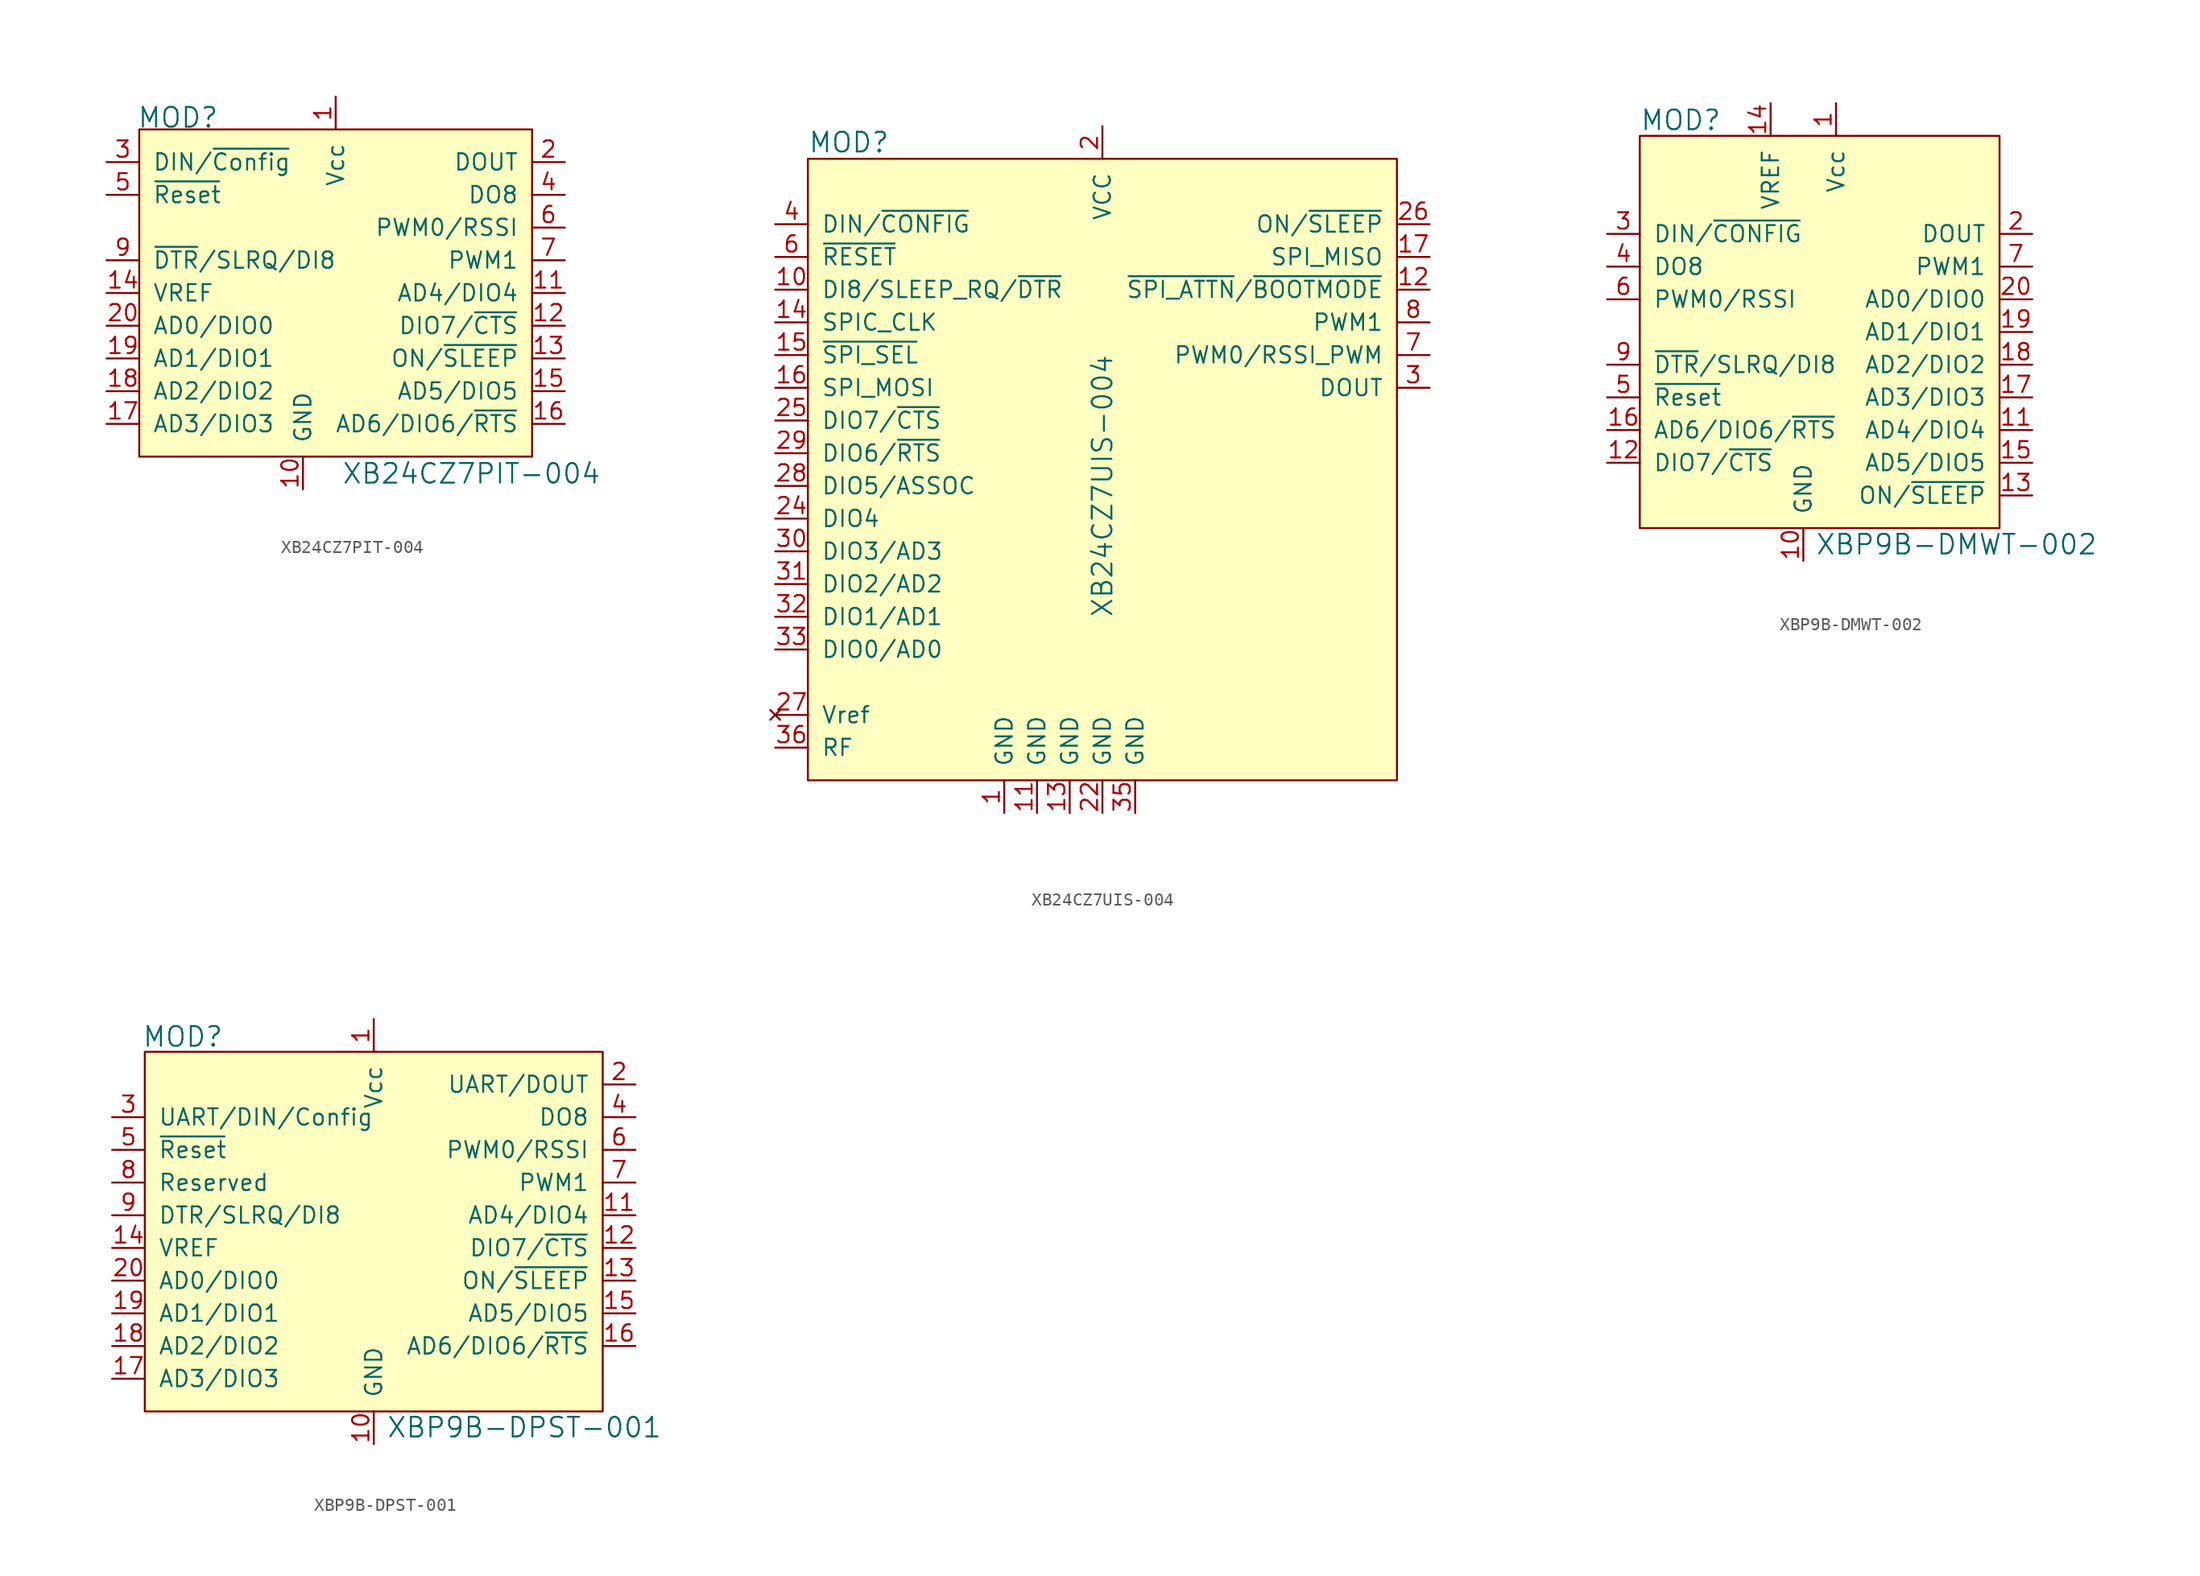
<source format=kicad_sym>
(kicad_symbol_lib
  (version 20201005)
  (generator kicad_symbol_editor)
  (symbol "XB24CZ7PIT-004"
    (pin_names
      (offset 1.016))
    (property "Reference" "MOD"
      (at -17.958 18.694 0)
      (effects (font (size 1.524 1.524)) (justify left)))
    (property "Value" "XB24CZ7PIT-004"
      (at -2.083 -8.941 0)
      (effects (font (size 1.524 1.524)) (justify left)))
    (symbol "XB24CZ7PIT-004_0_1"
      (rectangle (start -17.78 17.78) (end 12.7 -7.62) (stroke (width 0)) (fill (type background))))
    (symbol "XB24CZ7PIT-004_1_1"
      (pin power_in line (at -2.54 20.32 270) (length 2.54) (name "Vcc" (effects (font (size 1.27 1.27)))) (number "1" (effects (font (size 1.27 1.27)))))
      (pin output line (at 15.24 15.24 180) (length 2.54) (name "DOUT" (effects (font (size 1.27 1.27)))) (number "2" (effects (font (size 1.27 1.27)))))
      (pin input line (at -20.32 15.24 0) (length 2.54) (name "DIN/~Config" (effects (font (size 1.27 1.27)))) (number "3" (effects (font (size 1.27 1.27)))))
      (pin output line (at 15.24 12.7 180) (length 2.54) (name "DO8" (effects (font (size 1.27 1.27)))) (number "4" (effects (font (size 1.27 1.27)))))
      (pin input line (at -20.32 12.7 0) (length 2.54) (name "~Reset" (effects (font (size 1.27 1.27)))) (number "5" (effects (font (size 1.27 1.27)))))
      (pin output line (at 15.24 10.16 180) (length 2.54) (name "PWM0/RSSI" (effects (font (size 1.27 1.27)))) (number "6" (effects (font (size 1.27 1.27)))))
      (pin output line (at 15.24 7.62 180) (length 2.54) (name "PWM1" (effects (font (size 1.27 1.27)))) (number "7" (effects (font (size 1.27 1.27)))))
      (pin no_connect line (at -17.78 10.16 0) (length 2.54) hide (name "Reserved" (effects (font (size 1.27 1.27)))) (number "8" (effects (font (size 1.27 1.27)))))
      (pin input line (at -20.32 7.62 0) (length 2.54) (name "~DTR~/SLRQ/DI8" (effects (font (size 1.27 1.27)))) (number "9" (effects (font (size 1.27 1.27)))))
      (pin power_in line (at -5.08 -10.16 90) (length 2.54) (name "GND" (effects (font (size 1.27 1.27)))) (number "10" (effects (font (size 1.27 1.27)))))
      (pin bidirectional line (at -20.32 2.54 0) (length 2.54) (name "AD0/DIO0" (effects (font (size 1.27 1.27)))) (number "20" (effects (font (size 1.27 1.27)))))
      (pin bidirectional line (at 15.24 5.08 180) (length 2.54) (name "AD4/DIO4" (effects (font (size 1.27 1.27)))) (number "11" (effects (font (size 1.27 1.27)))))
      (pin bidirectional line (at 15.24 2.54 180) (length 2.54) (name "DIO7/~CTS" (effects (font (size 1.27 1.27)))) (number "12" (effects (font (size 1.27 1.27)))))
      (pin output line (at 15.24 0 180) (length 2.54) (name "ON/~SLEEP" (effects (font (size 1.27 1.27)))) (number "13" (effects (font (size 1.27 1.27)))))
      (pin input line (at -20.32 5.08 0) (length 2.54) (name "VREF" (effects (font (size 1.27 1.27)))) (number "14" (effects (font (size 1.27 1.27)))))
      (pin bidirectional line (at 15.24 -2.54 180) (length 2.54) (name "AD5/DIO5" (effects (font (size 1.27 1.27)))) (number "15" (effects (font (size 1.27 1.27)))))
      (pin bidirectional line (at 15.24 -5.08 180) (length 2.54) (name "AD6/DIO6/~RTS" (effects (font (size 1.27 1.27)))) (number "16" (effects (font (size 1.27 1.27)))))
      (pin bidirectional line (at -20.32 -5.08 0) (length 2.54) (name "AD3/DIO3" (effects (font (size 1.27 1.27)))) (number "17" (effects (font (size 1.27 1.27)))))
      (pin bidirectional line (at -20.32 -2.54 0) (length 2.54) (name "AD2/DIO2" (effects (font (size 1.27 1.27)))) (number "18" (effects (font (size 1.27 1.27)))))
      (pin bidirectional line (at -20.32 0 0) (length 2.54) (name "AD1/DIO1" (effects (font (size 1.27 1.27)))) (number "19" (effects (font (size 1.27 1.27)))))))
  (symbol "XB24CZ7UIS-004"
    (pin_names
      (offset 1.016))
    (property "Reference" "MOD"
      (at -20.32 1.27 0)
      (effects (font (size 1.524 1.524)) (justify left)))
    (property "Value" "XB24CZ7UIS-004"
      (at 2.54 -25.4 90)
      (effects (font (size 1.524 1.524))))
    (symbol "XB24CZ7UIS-004_0_1"
      (rectangle (start -20.32 0) (end 25.4 -48.26) (stroke (width 0)) (fill (type background))))
    (symbol "XB24CZ7UIS-004_1_1"
      (pin power_in line (at -5.08 -50.8 90) (length 2.54) (name "GND" (effects (font (size 1.27 1.27)))) (number "1" (effects (font (size 1.27 1.27)))))
      (pin power_in line (at 2.54 2.54 270) (length 2.54) (name "VCC" (effects (font (size 1.27 1.27)))) (number "2" (effects (font (size 1.27 1.27)))))
      (pin output line (at 27.94 -17.78 180) (length 2.54) (name "DOUT" (effects (font (size 1.27 1.27)))) (number "3" (effects (font (size 1.27 1.27)))))
      (pin input line (at -22.86 -5.08 0) (length 2.54) (name "DIN/~CONFIG" (effects (font (size 1.27 1.27)))) (number "4" (effects (font (size 1.27 1.27)))))
      (pin no_connect line (at 25.4 -40.64 180) (length 2.54) hide (name "NC" (effects (font (size 1.27 1.27)))) (number "5" (effects (font (size 1.27 1.27)))))
      (pin input line (at -22.86 -7.62 0) (length 2.54) (name "~RESET" (effects (font (size 1.27 1.27)))) (number "6" (effects (font (size 1.27 1.27)))))
      (pin output line (at 27.94 -15.24 180) (length 2.54) (name "PWM0/RSSI_PWM" (effects (font (size 1.27 1.27)))) (number "7" (effects (font (size 1.27 1.27)))))
      (pin output line (at 27.94 -12.7 180) (length 2.54) (name "PWM1" (effects (font (size 1.27 1.27)))) (number "8" (effects (font (size 1.27 1.27)))))
      (pin no_connect line (at 25.4 -38.1 180) (length 2.54) hide (name "NC" (effects (font (size 1.27 1.27)))) (number "9" (effects (font (size 1.27 1.27)))))
      (pin input line (at -22.86 -10.16 0) (length 2.54) (name "DI8/SLEEP_RQ/~DTR" (effects (font (size 1.27 1.27)))) (number "10" (effects (font (size 1.27 1.27)))))
      (pin no_connect line (at 25.4 -30.48 180) (length 2.54) hide (name "NC" (effects (font (size 1.27 1.27)))) (number "20" (effects (font (size 1.27 1.27)))))
      (pin bidirectional line (at -22.86 -30.48 0) (length 2.54) (name "DIO3/AD3" (effects (font (size 1.27 1.27)))) (number "30" (effects (font (size 1.27 1.27)))))
      (pin power_in line (at -2.54 -50.8 90) (length 2.54) (name "GND" (effects (font (size 1.27 1.27)))) (number "11" (effects (font (size 1.27 1.27)))))
      (pin no_connect line (at 25.4 -27.94 180) (length 2.54) hide (name "NC" (effects (font (size 1.27 1.27)))) (number "21" (effects (font (size 1.27 1.27)))))
      (pin bidirectional line (at -22.86 -33.02 0) (length 2.54) (name "DIO2/AD2" (effects (font (size 1.27 1.27)))) (number "31" (effects (font (size 1.27 1.27)))))
      (pin output line (at 27.94 -10.16 180) (length 2.54) (name "~SPI_ATTN~/~BOOTMODE" (effects (font (size 1.27 1.27)))) (number "12" (effects (font (size 1.27 1.27)))))
      (pin power_in line (at 2.54 -50.8 90) (length 2.54) (name "GND" (effects (font (size 1.27 1.27)))) (number "22" (effects (font (size 1.27 1.27)))))
      (pin bidirectional line (at -22.86 -35.56 0) (length 2.54) (name "DIO1/AD1" (effects (font (size 1.27 1.27)))) (number "32" (effects (font (size 1.27 1.27)))))
      (pin power_in line (at 0 -50.8 90) (length 2.54) (name "GND" (effects (font (size 1.27 1.27)))) (number "13" (effects (font (size 1.27 1.27)))))
      (pin no_connect line (at 25.4 -25.4 180) (length 2.54) hide (name "NC" (effects (font (size 1.27 1.27)))) (number "23" (effects (font (size 1.27 1.27)))))
      (pin bidirectional line (at -22.86 -38.1 0) (length 2.54) (name "DIO0/AD0" (effects (font (size 1.27 1.27)))) (number "33" (effects (font (size 1.27 1.27)))))
      (pin input line (at -22.86 -12.7 0) (length 2.54) (name "SPIC_CLK" (effects (font (size 1.27 1.27)))) (number "14" (effects (font (size 1.27 1.27)))))
      (pin bidirectional line (at -22.86 -27.94 0) (length 2.54) (name "DIO4" (effects (font (size 1.27 1.27)))) (number "24" (effects (font (size 1.27 1.27)))))
      (pin no_connect line (at 25.4 -22.86 180) (length 2.54) hide (name "NC" (effects (font (size 1.27 1.27)))) (number "34" (effects (font (size 1.27 1.27)))))
      (pin input line (at -22.86 -15.24 0) (length 2.54) (name "~SPI_SEL" (effects (font (size 1.27 1.27)))) (number "15" (effects (font (size 1.27 1.27)))))
      (pin bidirectional line (at -22.86 -20.32 0) (length 2.54) (name "DIO7/~CTS" (effects (font (size 1.27 1.27)))) (number "25" (effects (font (size 1.27 1.27)))))
      (pin power_in line (at 5.08 -50.8 90) (length 2.54) (name "GND" (effects (font (size 1.27 1.27)))) (number "35" (effects (font (size 1.27 1.27)))))
      (pin input line (at -22.86 -17.78 0) (length 2.54) (name "SPI_MOSI" (effects (font (size 1.27 1.27)))) (number "16" (effects (font (size 1.27 1.27)))))
      (pin output line (at 27.94 -5.08 180) (length 2.54) (name "ON/~SLEEP" (effects (font (size 1.27 1.27)))) (number "26" (effects (font (size 1.27 1.27)))))
      (pin bidirectional line (at -22.86 -45.72 0) (length 2.54) (name "RF" (effects (font (size 1.27 1.27)))) (number "36" (effects (font (size 1.27 1.27)))))
      (pin output line (at 27.94 -7.62 180) (length 2.54) (name "SPI_MISO" (effects (font (size 1.27 1.27)))) (number "17" (effects (font (size 1.27 1.27)))))
      (pin no_connect line (at -22.86 -43.18 0) (length 2.54) (name "Vref" (effects (font (size 1.27 1.27)))) (number "27" (effects (font (size 1.27 1.27)))))
      (pin no_connect line (at 25.4 -20.32 180) (length 2.54) hide (name "NC" (effects (font (size 1.27 1.27)))) (number "37" (effects (font (size 1.27 1.27)))))
      (pin no_connect line (at 25.4 -35.56 180) (length 2.54) hide (name "NC" (effects (font (size 1.27 1.27)))) (number "18" (effects (font (size 1.27 1.27)))))
      (pin bidirectional line (at -22.86 -25.4 0) (length 2.54) (name "DIO5/ASSOC" (effects (font (size 1.27 1.27)))) (number "28" (effects (font (size 1.27 1.27)))))
      (pin no_connect line (at 25.4 -33.02 180) (length 2.54) hide (name "NC" (effects (font (size 1.27 1.27)))) (number "19" (effects (font (size 1.27 1.27)))))
      (pin bidirectional line (at -22.86 -22.86 0) (length 2.54) (name "DIO6/~RTS" (effects (font (size 1.27 1.27)))) (number "29" (effects (font (size 1.27 1.27)))))))
  (symbol "XBP9B-DMWT-002"
    (pin_names
      (offset 1.016))
    (property "Reference" "MOD"
      (at -12.7 29.159 0)
      (effects (font (size 1.524 1.524)) (justify left)))
    (property "Value" "XBP9B-DMWT-002"
      (at 0.914 -3.81 0)
      (effects (font (size 1.524 1.524)) (justify left)))
    (symbol "XBP9B-DMWT-002_0_1"
      (rectangle (start -12.7 27.94) (end 15.24 -2.54) (stroke (width 0)) (fill (type background))))
    (symbol "XBP9B-DMWT-002_1_1"
      (pin power_in line (at 2.54 30.48 270) (length 2.54) (name "Vcc" (effects (font (size 1.27 1.27)))) (number "1" (effects (font (size 1.27 1.27)))))
      (pin output line (at 17.78 20.32 180) (length 2.54) (name "DOUT" (effects (font (size 1.27 1.27)))) (number "2" (effects (font (size 1.27 1.27)))))
      (pin input line (at -15.24 20.32 0) (length 2.54) (name "DIN/~CONFIG" (effects (font (size 1.27 1.27)))) (number "3" (effects (font (size 1.27 1.27)))))
      (pin bidirectional line (at -15.24 17.78 0) (length 2.54) (name "DO8" (effects (font (size 1.27 1.27)))) (number "4" (effects (font (size 1.27 1.27)))))
      (pin input line (at -15.24 7.62 0) (length 2.54) (name "~Reset" (effects (font (size 1.27 1.27)))) (number "5" (effects (font (size 1.27 1.27)))))
      (pin bidirectional line (at -15.24 15.24 0) (length 2.54) (name "PWM0/RSSI" (effects (font (size 1.27 1.27)))) (number "6" (effects (font (size 1.27 1.27)))))
      (pin output line (at 17.78 17.78 180) (length 2.54) (name "PWM1" (effects (font (size 1.27 1.27)))) (number "7" (effects (font (size 1.27 1.27)))))
      (pin no_connect line (at -12.7 12.7 0) (length 2.54) hide (name "Reserved" (effects (font (size 1.27 1.27)))) (number "8" (effects (font (size 1.27 1.27)))))
      (pin bidirectional line (at -15.24 10.16 0) (length 2.54) (name "~DTR~/SLRQ/DI8" (effects (font (size 1.27 1.27)))) (number "9" (effects (font (size 1.27 1.27)))))
      (pin power_in line (at 0 -5.08 90) (length 2.54) (name "GND" (effects (font (size 1.27 1.27)))) (number "10" (effects (font (size 1.27 1.27)))))
      (pin bidirectional line (at 17.78 15.24 180) (length 2.54) (name "AD0/DIO0" (effects (font (size 1.27 1.27)))) (number "20" (effects (font (size 1.27 1.27)))))
      (pin bidirectional line (at 17.78 5.08 180) (length 2.54) (name "AD4/DIO4" (effects (font (size 1.27 1.27)))) (number "11" (effects (font (size 1.27 1.27)))))
      (pin bidirectional line (at -15.24 2.54 0) (length 2.54) (name "DIO7/~CTS" (effects (font (size 1.27 1.27)))) (number "12" (effects (font (size 1.27 1.27)))))
      (pin input line (at 17.78 0 180) (length 2.54) (name "ON/~SLEEP" (effects (font (size 1.27 1.27)))) (number "13" (effects (font (size 1.27 1.27)))))
      (pin input line (at -2.54 30.48 270) (length 2.54) (name "VREF" (effects (font (size 1.27 1.27)))) (number "14" (effects (font (size 1.27 1.27)))))
      (pin bidirectional line (at 17.78 2.54 180) (length 2.54) (name "AD5/DIO5" (effects (font (size 1.27 1.27)))) (number "15" (effects (font (size 1.27 1.27)))))
      (pin bidirectional line (at -15.24 5.08 0) (length 2.54) (name "AD6/DIO6/~RTS" (effects (font (size 1.27 1.27)))) (number "16" (effects (font (size 1.27 1.27)))))
      (pin bidirectional line (at 17.78 7.62 180) (length 2.54) (name "AD3/DIO3" (effects (font (size 1.27 1.27)))) (number "17" (effects (font (size 1.27 1.27)))))
      (pin bidirectional line (at 17.78 10.16 180) (length 2.54) (name "AD2/DIO2" (effects (font (size 1.27 1.27)))) (number "18" (effects (font (size 1.27 1.27)))))
      (pin bidirectional line (at 17.78 12.7 180) (length 2.54) (name "AD1/DIO1" (effects (font (size 1.27 1.27)))) (number "19" (effects (font (size 1.27 1.27)))))))
  (symbol "XBP9B-DPST-001"
    (pin_names
      (offset 1.016))
    (property "Reference" "MOD"
      (at -18.009 16.408 0)
      (effects (font (size 1.524 1.524)) (justify left)))
    (property "Value" "XBP9B-DPST-001"
      (at 0.965 -13.945 0)
      (effects (font (size 1.524 1.524)) (justify left)))
    (symbol "XBP9B-DPST-001_0_1"
      (rectangle (start -17.78 15.24) (end 17.78 -12.7) (stroke (width 0)) (fill (type background))))
    (symbol "XBP9B-DPST-001_1_1"
      (pin power_in line (at 0 17.78 270) (length 2.54) (name "Vcc" (effects (font (size 1.27 1.27)))) (number "1" (effects (font (size 1.27 1.27)))))
      (pin output line (at 20.32 12.7 180) (length 2.54) (name "UART/DOUT" (effects (font (size 1.27 1.27)))) (number "2" (effects (font (size 1.27 1.27)))))
      (pin input line (at -20.32 10.16 0) (length 2.54) (name "UART/DIN/Config" (effects (font (size 1.27 1.27)))) (number "3" (effects (font (size 1.27 1.27)))))
      (pin output line (at 20.32 10.16 180) (length 2.54) (name "DO8" (effects (font (size 1.27 1.27)))) (number "4" (effects (font (size 1.27 1.27)))))
      (pin input line (at -20.32 7.62 0) (length 2.54) (name "~Reset" (effects (font (size 1.27 1.27)))) (number "5" (effects (font (size 1.27 1.27)))))
      (pin output line (at 20.32 7.62 180) (length 2.54) (name "PWM0/RSSI" (effects (font (size 1.27 1.27)))) (number "6" (effects (font (size 1.27 1.27)))))
      (pin output line (at 20.32 5.08 180) (length 2.54) (name "PWM1" (effects (font (size 1.27 1.27)))) (number "7" (effects (font (size 1.27 1.27)))))
      (pin bidirectional line (at -20.32 5.08 0) (length 2.54) (name "Reserved" (effects (font (size 1.27 1.27)))) (number "8" (effects (font (size 1.27 1.27)))))
      (pin input line (at -20.32 2.54 0) (length 2.54) (name "DTR/SLRQ/DI8" (effects (font (size 1.27 1.27)))) (number "9" (effects (font (size 1.27 1.27)))))
      (pin power_in line (at 0 -15.24 90) (length 2.54) (name "GND" (effects (font (size 1.27 1.27)))) (number "10" (effects (font (size 1.27 1.27)))))
      (pin bidirectional line (at -20.32 -2.54 0) (length 2.54) (name "AD0/DIO0" (effects (font (size 1.27 1.27)))) (number "20" (effects (font (size 1.27 1.27)))))
      (pin bidirectional line (at 20.32 2.54 180) (length 2.54) (name "AD4/DIO4" (effects (font (size 1.27 1.27)))) (number "11" (effects (font (size 1.27 1.27)))))
      (pin bidirectional line (at 20.32 0 180) (length 2.54) (name "DIO7/~CTS" (effects (font (size 1.27 1.27)))) (number "12" (effects (font (size 1.27 1.27)))))
      (pin output line (at 20.32 -2.54 180) (length 2.54) (name "ON/~SLEEP" (effects (font (size 1.27 1.27)))) (number "13" (effects (font (size 1.27 1.27)))))
      (pin input line (at -20.32 0 0) (length 2.54) (name "VREF" (effects (font (size 1.27 1.27)))) (number "14" (effects (font (size 1.27 1.27)))))
      (pin bidirectional line (at 20.32 -5.08 180) (length 2.54) (name "AD5/DIO5" (effects (font (size 1.27 1.27)))) (number "15" (effects (font (size 1.27 1.27)))))
      (pin bidirectional line (at 20.32 -7.62 180) (length 2.54) (name "AD6/DIO6/~RTS" (effects (font (size 1.27 1.27)))) (number "16" (effects (font (size 1.27 1.27)))))
      (pin bidirectional line (at -20.32 -10.16 0) (length 2.54) (name "AD3/DIO3" (effects (font (size 1.27 1.27)))) (number "17" (effects (font (size 1.27 1.27)))))
      (pin bidirectional line (at -20.32 -7.62 0) (length 2.54) (name "AD2/DIO2" (effects (font (size 1.27 1.27)))) (number "18" (effects (font (size 1.27 1.27)))))
      (pin bidirectional line (at -20.32 -5.08 0) (length 2.54) (name "AD1/DIO1" (effects (font (size 1.27 1.27)))) (number "19" (effects (font (size 1.27 1.27))))))))
</source>
